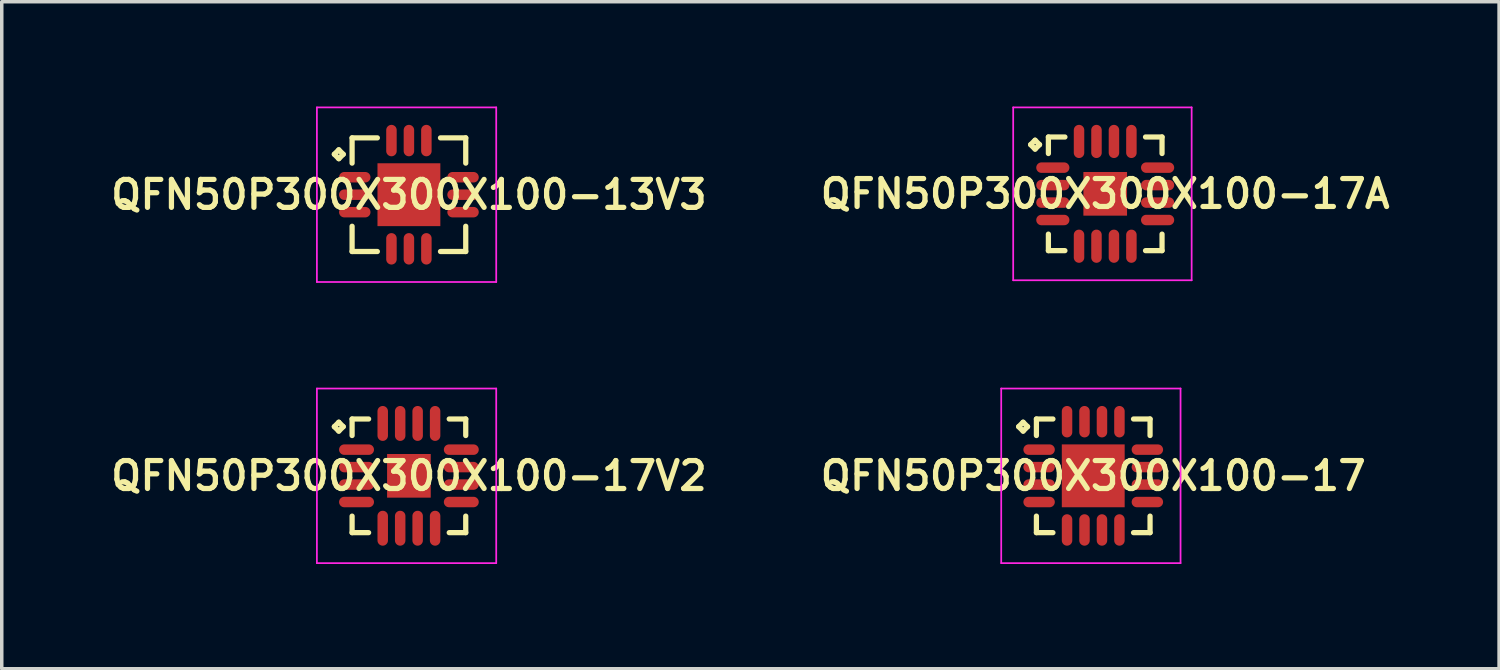
<source format=kicad_pcb>
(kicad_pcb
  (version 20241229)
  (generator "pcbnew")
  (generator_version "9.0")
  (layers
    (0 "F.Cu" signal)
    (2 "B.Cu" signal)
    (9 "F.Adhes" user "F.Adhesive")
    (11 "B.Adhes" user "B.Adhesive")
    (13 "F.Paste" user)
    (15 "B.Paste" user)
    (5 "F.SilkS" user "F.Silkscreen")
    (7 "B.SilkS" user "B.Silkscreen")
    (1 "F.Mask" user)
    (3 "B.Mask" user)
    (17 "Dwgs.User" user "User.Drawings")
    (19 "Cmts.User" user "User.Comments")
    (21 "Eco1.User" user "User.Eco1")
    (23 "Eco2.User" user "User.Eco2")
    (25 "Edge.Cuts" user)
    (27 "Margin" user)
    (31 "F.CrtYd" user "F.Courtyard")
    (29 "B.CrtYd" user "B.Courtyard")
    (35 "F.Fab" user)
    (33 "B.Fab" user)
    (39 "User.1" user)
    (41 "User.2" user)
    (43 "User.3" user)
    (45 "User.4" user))
  (footprint "QFN50P300X300X100-17A"
    (layer "F.Cu")
    (at 28.597 2.5)
    (property "Reference" "QFN50P300X300X100-17A" (at 0 0 0) (layer "F.SilkS") (effects (font (size 0.8 0.8) (thickness 0.15))))
    (attr smd)
    (fp_line (start -2.135 -1.408) (end -2.008 -1.535) (stroke (width 0.15) (type solid)) (layer "F.SilkS"))
    (fp_line (start -2.008 -1.535) (end -1.881 -1.408) (stroke (width 0.15) (type solid)) (layer "F.SilkS"))
    (fp_line (start -2.008 -1.281) (end -2.135 -1.408) (stroke (width 0.15) (type solid)) (layer "F.SilkS"))
    (fp_line (start -1.881 -1.408) (end -2.008 -1.281) (stroke (width 0.15) (type solid)) (layer "F.SilkS"))
    (fp_line (start -1.627 -1.627) (end -1.154 -1.627) (stroke (width 0.15) (type solid)) (layer "F.SilkS"))
    (fp_line (start -1.627 -1.154) (end -1.627 -1.627) (stroke (width 0.15) (type solid)) (layer "F.SilkS"))
    (fp_line (start -1.627 1.154) (end -1.627 1.627) (stroke (width 0.15) (type solid)) (layer "F.SilkS"))
    (fp_line (start -1.627 1.627) (end -1.154 1.627) (stroke (width 0.15) (type solid)) (layer "F.SilkS"))
    (fp_line (start 1.154 -1.627) (end 1.627 -1.627) (stroke (width 0.15) (type solid)) (layer "F.SilkS"))
    (fp_line (start 1.154 1.627) (end 1.627 1.627) (stroke (width 0.15) (type solid)) (layer "F.SilkS"))
    (fp_line (start 1.627 -1.627) (end 1.627 -1.154) (stroke (width 0.15) (type solid)) (layer "F.SilkS"))
    (fp_line (start 1.627 1.627) (end 1.627 1.154) (stroke (width 0.15) (type solid)) (layer "F.SilkS"))
    (fp_line (start -2.635 -2.475) (end 2.475 -2.475) (stroke (width 0.05) (type solid)) (layer "F.CrtYd"))
    (fp_line (start -2.635 2.475) (end -2.635 -2.475) (stroke (width 0.05) (type solid)) (layer "F.CrtYd"))
    (fp_line (start 2.475 -2.475) (end 2.475 2.475) (stroke (width 0.05) (type solid)) (layer "F.CrtYd"))
    (fp_line (start 2.475 2.475) (end -2.635 2.475) (stroke (width 0.05) (type solid)) (layer "F.CrtYd"))
    (pad "1" smd oval (at -1.5 -0.75) (size 0.95 0.3) (layers "F.Cu" "F.Mask" "F.Paste"))
    (pad "2" smd oval (at -1.5 -0.25) (size 0.95 0.3) (layers "F.Cu" "F.Mask" "F.Paste"))
    (pad "3" smd oval (at -1.5 0.25) (size 0.95 0.3) (layers "F.Cu" "F.Mask" "F.Paste"))
    (pad "4" smd oval (at -1.5 0.75) (size 0.95 0.3) (layers "F.Cu" "F.Mask" "F.Paste"))
    (pad "5" smd oval (at -0.75 1.5) (size 0.3 0.95) (layers "F.Cu" "F.Mask" "F.Paste"))
    (pad "6" smd oval (at -0.25 1.5) (size 0.3 0.95) (layers "F.Cu" "F.Mask" "F.Paste"))
    (pad "7" smd oval (at 0.25 1.5) (size 0.3 0.95) (layers "F.Cu" "F.Mask" "F.Paste"))
    (pad "8" smd oval (at 0.75 1.5) (size 0.3 0.95) (layers "F.Cu" "F.Mask" "F.Paste"))
    (pad "9" smd oval (at 1.5 0.75) (size 0.95 0.3) (layers "F.Cu" "F.Mask" "F.Paste"))
    (pad "10" smd oval (at 1.5 0.25) (size 0.95 0.3) (layers "F.Cu" "F.Mask" "F.Paste"))
    (pad "11" smd oval (at 1.5 -0.25) (size 0.95 0.3) (layers "F.Cu" "F.Mask" "F.Paste"))
    (pad "12" smd oval (at 1.5 -0.75) (size 0.95 0.3) (layers "F.Cu" "F.Mask" "F.Paste"))
    (pad "13" smd oval (at 0.75 -1.5) (size 0.3 0.95) (layers "F.Cu" "F.Mask" "F.Paste"))
    (pad "14" smd oval (at 0.25 -1.5) (size 0.3 0.95) (layers "F.Cu" "F.Mask" "F.Paste"))
    (pad "15" smd oval (at -0.25 -1.5) (size 0.3 0.95) (layers "F.Cu" "F.Mask" "F.Paste"))
    (pad "16" smd oval (at -0.75 -1.5) (size 0.3 0.95) (layers "F.Cu" "F.Mask" "F.Paste"))
    (pad "17" smd rect (at 0 0) (size 1.25 1.25) (layers "F.Cu" "F.Mask" "F.Paste")))
  (footprint "QFN50P300X300X100-17V2"
    (layer "F.Cu")
    (at 8.659 10.575)
    (property "Reference" "QFN50P300X300X100-17V2" (at 0 0 0) (layer "F.SilkS") (effects (font (size 0.8 0.8) (thickness 0.15))))
    (attr smd)
    (fp_line (start -2.135 -1.408) (end -2.008 -1.535) (stroke (width 0.15) (type solid)) (layer "F.SilkS"))
    (fp_line (start -2.008 -1.535) (end -1.881 -1.408) (stroke (width 0.15) (type solid)) (layer "F.SilkS"))
    (fp_line (start -2.008 -1.281) (end -2.135 -1.408) (stroke (width 0.15) (type solid)) (layer "F.SilkS"))
    (fp_line (start -1.881 -1.408) (end -2.008 -1.281) (stroke (width 0.15) (type solid)) (layer "F.SilkS"))
    (fp_line (start -1.627 -1.627) (end -1.154 -1.627) (stroke (width 0.15) (type solid)) (layer "F.SilkS"))
    (fp_line (start -1.627 -1.154) (end -1.627 -1.627) (stroke (width 0.15) (type solid)) (layer "F.SilkS"))
    (fp_line (start -1.627 1.154) (end -1.627 1.627) (stroke (width 0.15) (type solid)) (layer "F.SilkS"))
    (fp_line (start -1.627 1.627) (end -1.154 1.627) (stroke (width 0.15) (type solid)) (layer "F.SilkS"))
    (fp_line (start 1.154 -1.627) (end 1.627 -1.627) (stroke (width 0.15) (type solid)) (layer "F.SilkS"))
    (fp_line (start 1.154 1.627) (end 1.627 1.627) (stroke (width 0.15) (type solid)) (layer "F.SilkS"))
    (fp_line (start 1.627 -1.627) (end 1.627 -1.154) (stroke (width 0.15) (type solid)) (layer "F.SilkS"))
    (fp_line (start 1.627 1.627) (end 1.627 1.154) (stroke (width 0.15) (type solid)) (layer "F.SilkS"))
    (fp_line (start -2.635 -2.5) (end 2.5 -2.5) (stroke (width 0.05) (type solid)) (layer "F.CrtYd"))
    (fp_line (start -2.635 2.5) (end -2.635 -2.5) (stroke (width 0.05) (type solid)) (layer "F.CrtYd"))
    (fp_line (start 2.5 -2.5) (end 2.5 2.5) (stroke (width 0.05) (type solid)) (layer "F.CrtYd"))
    (fp_line (start 2.5 2.5) (end -2.635 2.5) (stroke (width 0.05) (type solid)) (layer "F.CrtYd"))
    (pad "1" smd oval (at -1.5 -0.75) (size 1 0.3) (layers "F.Cu" "F.Mask" "F.Paste"))
    (pad "2" smd oval (at -1.5 -0.25) (size 1 0.3) (layers "F.Cu" "F.Mask" "F.Paste"))
    (pad "3" smd oval (at -1.5 0.25) (size 1 0.3) (layers "F.Cu" "F.Mask" "F.Paste"))
    (pad "4" smd oval (at -1.5 0.75) (size 1 0.3) (layers "F.Cu" "F.Mask" "F.Paste"))
    (pad "5" smd oval (at -0.75 1.5) (size 0.3 1) (layers "F.Cu" "F.Mask" "F.Paste"))
    (pad "6" smd oval (at -0.25 1.5) (size 0.3 1) (layers "F.Cu" "F.Mask" "F.Paste"))
    (pad "7" smd oval (at 0.25 1.5) (size 0.3 1) (layers "F.Cu" "F.Mask" "F.Paste"))
    (pad "8" smd oval (at 0.75 1.5) (size 0.3 1) (layers "F.Cu" "F.Mask" "F.Paste"))
    (pad "9" smd oval (at 1.5 0.75) (size 1 0.3) (layers "F.Cu" "F.Mask" "F.Paste"))
    (pad "10" smd oval (at 1.5 0.25) (size 1 0.3) (layers "F.Cu" "F.Mask" "F.Paste"))
    (pad "11" smd oval (at 1.5 -0.25) (size 1 0.3) (layers "F.Cu" "F.Mask" "F.Paste"))
    (pad "12" smd oval (at 1.5 -0.75) (size 1 0.3) (layers "F.Cu" "F.Mask" "F.Paste"))
    (pad "13" smd oval (at 0.75 -1.5) (size 0.3 1) (layers "F.Cu" "F.Mask" "F.Paste"))
    (pad "14" smd oval (at 0.25 -1.5) (size 0.3 1) (layers "F.Cu" "F.Mask" "F.Paste"))
    (pad "15" smd oval (at -0.25 -1.5) (size 0.3 1) (layers "F.Cu" "F.Mask" "F.Paste"))
    (pad "16" smd oval (at -0.75 -1.5) (size 0.3 1) (layers "F.Cu" "F.Mask" "F.Paste"))
    (pad "17" smd rect (at 0 0) (size 1.25 1.25) (layers "F.Cu" "F.Mask" "F.Paste")))
  (footprint "QFN50P300X300X100-13V3"
    (layer "F.Cu")
    (at 8.659 2.525)
    (property "Reference" "QFN50P300X300X100-13V3" (at 0 0 0) (layer "F.SilkS") (effects (font (size 0.8 0.8) (thickness 0.15))))
    (attr smd)
    (fp_line (start -2.135 -1.158) (end -2.008 -1.285) (stroke (width 0.15) (type solid)) (layer "F.SilkS"))
    (fp_line (start -2.008 -1.285) (end -1.881 -1.158) (stroke (width 0.15) (type solid)) (layer "F.SilkS"))
    (fp_line (start -2.008 -1.031) (end -2.135 -1.158) (stroke (width 0.15) (type solid)) (layer "F.SilkS"))
    (fp_line (start -1.881 -1.158) (end -2.008 -1.031) (stroke (width 0.15) (type solid)) (layer "F.SilkS"))
    (fp_line (start -1.627 -1.627) (end -0.904 -1.627) (stroke (width 0.15) (type solid)) (layer "F.SilkS"))
    (fp_line (start -1.627 -0.904) (end -1.627 -1.627) (stroke (width 0.15) (type solid)) (layer "F.SilkS"))
    (fp_line (start -1.627 0.904) (end -1.627 1.627) (stroke (width 0.15) (type solid)) (layer "F.SilkS"))
    (fp_line (start -1.627 1.627) (end -0.904 1.627) (stroke (width 0.15) (type solid)) (layer "F.SilkS"))
    (fp_line (start 0.904 -1.627) (end 1.627 -1.627) (stroke (width 0.15) (type solid)) (layer "F.SilkS"))
    (fp_line (start 0.904 1.627) (end 1.627 1.627) (stroke (width 0.15) (type solid)) (layer "F.SilkS"))
    (fp_line (start 1.627 -1.627) (end 1.627 -0.904) (stroke (width 0.15) (type solid)) (layer "F.SilkS"))
    (fp_line (start 1.627 1.627) (end 1.627 0.904) (stroke (width 0.15) (type solid)) (layer "F.SilkS"))
    (fp_line (start -2.635 -2.5) (end 2.5 -2.5) (stroke (width 0.05) (type solid)) (layer "F.CrtYd"))
    (fp_line (start -2.635 2.5) (end -2.635 -2.5) (stroke (width 0.05) (type solid)) (layer "F.CrtYd"))
    (fp_line (start 2.5 -2.5) (end 2.5 2.5) (stroke (width 0.05) (type solid)) (layer "F.CrtYd"))
    (fp_line (start 2.5 2.5) (end -2.635 2.5) (stroke (width 0.05) (type solid)) (layer "F.CrtYd"))
    (pad "1" smd oval (at -1.55 -0.5) (size 0.9 0.3) (layers "F.Cu" "F.Mask" "F.Paste"))
    (pad "2" smd oval (at -1.55 0) (size 0.9 0.3) (layers "F.Cu" "F.Mask" "F.Paste"))
    (pad "3" smd oval (at -1.55 0.5) (size 0.9 0.3) (layers "F.Cu" "F.Mask" "F.Paste"))
    (pad "4" smd oval (at -0.5 1.55) (size 0.3 0.9) (layers "F.Cu" "F.Mask" "F.Paste"))
    (pad "5" smd oval (at 0 1.55) (size 0.3 0.9) (layers "F.Cu" "F.Mask" "F.Paste"))
    (pad "6" smd oval (at 0.5 1.55) (size 0.3 0.9) (layers "F.Cu" "F.Mask" "F.Paste"))
    (pad "7" smd oval (at 1.55 0.5) (size 0.9 0.3) (layers "F.Cu" "F.Mask" "F.Paste"))
    (pad "8" smd oval (at 1.55 0) (size 0.9 0.3) (layers "F.Cu" "F.Mask" "F.Paste"))
    (pad "9" smd oval (at 1.55 -0.5) (size 0.9 0.3) (layers "F.Cu" "F.Mask" "F.Paste"))
    (pad "10" smd oval (at 0.5 -1.55) (size 0.3 0.9) (layers "F.Cu" "F.Mask" "F.Paste"))
    (pad "11" smd oval (at 0 -1.55) (size 0.3 0.9) (layers "F.Cu" "F.Mask" "F.Paste"))
    (pad "12" smd oval (at -0.5 -1.55) (size 0.3 0.9) (layers "F.Cu" "F.Mask" "F.Paste"))
    (pad "13" smd rect (at 0 0) (size 1.8 1.8) (layers "F.Cu" "F.Mask" "F.Paste")))
  (footprint "QFN50P300X300X100-17"
    (layer "F.Cu")
    (at 28.254 10.575)
    (property "Reference" "QFN50P300X300X100-17" (at 0 0 0) (layer "F.SilkS") (effects (font (size 0.8 0.8) (thickness 0.15))))
    (attr smd)
    (fp_line (start -2.135 -1.408) (end -2.008 -1.535) (stroke (width 0.15) (type solid)) (layer "F.SilkS"))
    (fp_line (start -2.008 -1.535) (end -1.881 -1.408) (stroke (width 0.15) (type solid)) (layer "F.SilkS"))
    (fp_line (start -2.008 -1.281) (end -2.135 -1.408) (stroke (width 0.15) (type solid)) (layer "F.SilkS"))
    (fp_line (start -1.881 -1.408) (end -2.008 -1.281) (stroke (width 0.15) (type solid)) (layer "F.SilkS"))
    (fp_line (start -1.627 -1.627) (end -1.154 -1.627) (stroke (width 0.15) (type solid)) (layer "F.SilkS"))
    (fp_line (start -1.627 -1.154) (end -1.627 -1.627) (stroke (width 0.15) (type solid)) (layer "F.SilkS"))
    (fp_line (start -1.627 1.154) (end -1.627 1.627) (stroke (width 0.15) (type solid)) (layer "F.SilkS"))
    (fp_line (start -1.627 1.627) (end -1.154 1.627) (stroke (width 0.15) (type solid)) (layer "F.SilkS"))
    (fp_line (start 1.154 -1.627) (end 1.627 -1.627) (stroke (width 0.15) (type solid)) (layer "F.SilkS"))
    (fp_line (start 1.154 1.627) (end 1.627 1.627) (stroke (width 0.15) (type solid)) (layer "F.SilkS"))
    (fp_line (start 1.627 -1.627) (end 1.627 -1.154) (stroke (width 0.15) (type solid)) (layer "F.SilkS"))
    (fp_line (start 1.627 1.627) (end 1.627 1.154) (stroke (width 0.15) (type solid)) (layer "F.SilkS"))
    (fp_line (start -2.635 -2.5) (end 2.5 -2.5) (stroke (width 0.05) (type solid)) (layer "F.CrtYd"))
    (fp_line (start -2.635 2.5) (end -2.635 -2.5) (stroke (width 0.05) (type solid)) (layer "F.CrtYd"))
    (fp_line (start 2.5 -2.5) (end 2.5 2.5) (stroke (width 0.05) (type solid)) (layer "F.CrtYd"))
    (fp_line (start 2.5 2.5) (end -2.635 2.5) (stroke (width 0.05) (type solid)) (layer "F.CrtYd"))
    (pad "1" smd oval (at -1.55 -0.75) (size 0.9 0.3) (layers "F.Cu" "F.Mask" "F.Paste"))
    (pad "2" smd oval (at -1.55 -0.25) (size 0.9 0.3) (layers "F.Cu" "F.Mask" "F.Paste"))
    (pad "3" smd oval (at -1.55 0.25) (size 0.9 0.3) (layers "F.Cu" "F.Mask" "F.Paste"))
    (pad "4" smd oval (at -1.55 0.75) (size 0.9 0.3) (layers "F.Cu" "F.Mask" "F.Paste"))
    (pad "5" smd oval (at -0.75 1.55) (size 0.3 0.9) (layers "F.Cu" "F.Mask" "F.Paste"))
    (pad "6" smd oval (at -0.25 1.55) (size 0.3 0.9) (layers "F.Cu" "F.Mask" "F.Paste"))
    (pad "7" smd oval (at 0.25 1.55) (size 0.3 0.9) (layers "F.Cu" "F.Mask" "F.Paste"))
    (pad "8" smd oval (at 0.75 1.55) (size 0.3 0.9) (layers "F.Cu" "F.Mask" "F.Paste"))
    (pad "9" smd oval (at 1.55 0.75) (size 0.9 0.3) (layers "F.Cu" "F.Mask" "F.Paste"))
    (pad "10" smd oval (at 1.55 0.25) (size 0.9 0.3) (layers "F.Cu" "F.Mask" "F.Paste"))
    (pad "11" smd oval (at 1.55 -0.25) (size 0.9 0.3) (layers "F.Cu" "F.Mask" "F.Paste"))
    (pad "12" smd oval (at 1.55 -0.75) (size 0.9 0.3) (layers "F.Cu" "F.Mask" "F.Paste"))
    (pad "13" smd oval (at 0.75 -1.55) (size 0.3 0.9) (layers "F.Cu" "F.Mask" "F.Paste"))
    (pad "14" smd oval (at 0.25 -1.55) (size 0.3 0.9) (layers "F.Cu" "F.Mask" "F.Paste"))
    (pad "15" smd oval (at -0.25 -1.55) (size 0.3 0.9) (layers "F.Cu" "F.Mask" "F.Paste"))
    (pad "16" smd oval (at -0.75 -1.55) (size 0.3 0.9) (layers "F.Cu" "F.Mask" "F.Paste"))
    (pad "17" smd rect (at 0 0) (size 1.8 1.8) (layers "F.Cu" "F.Mask" "F.Paste")))
  (gr_rect
    (start -3 -3)
    (end 39.875 16.1)
    (stroke (width 0.1) (type default))
    (fill no)
    (layer "Edge.Cuts")))
</source>
